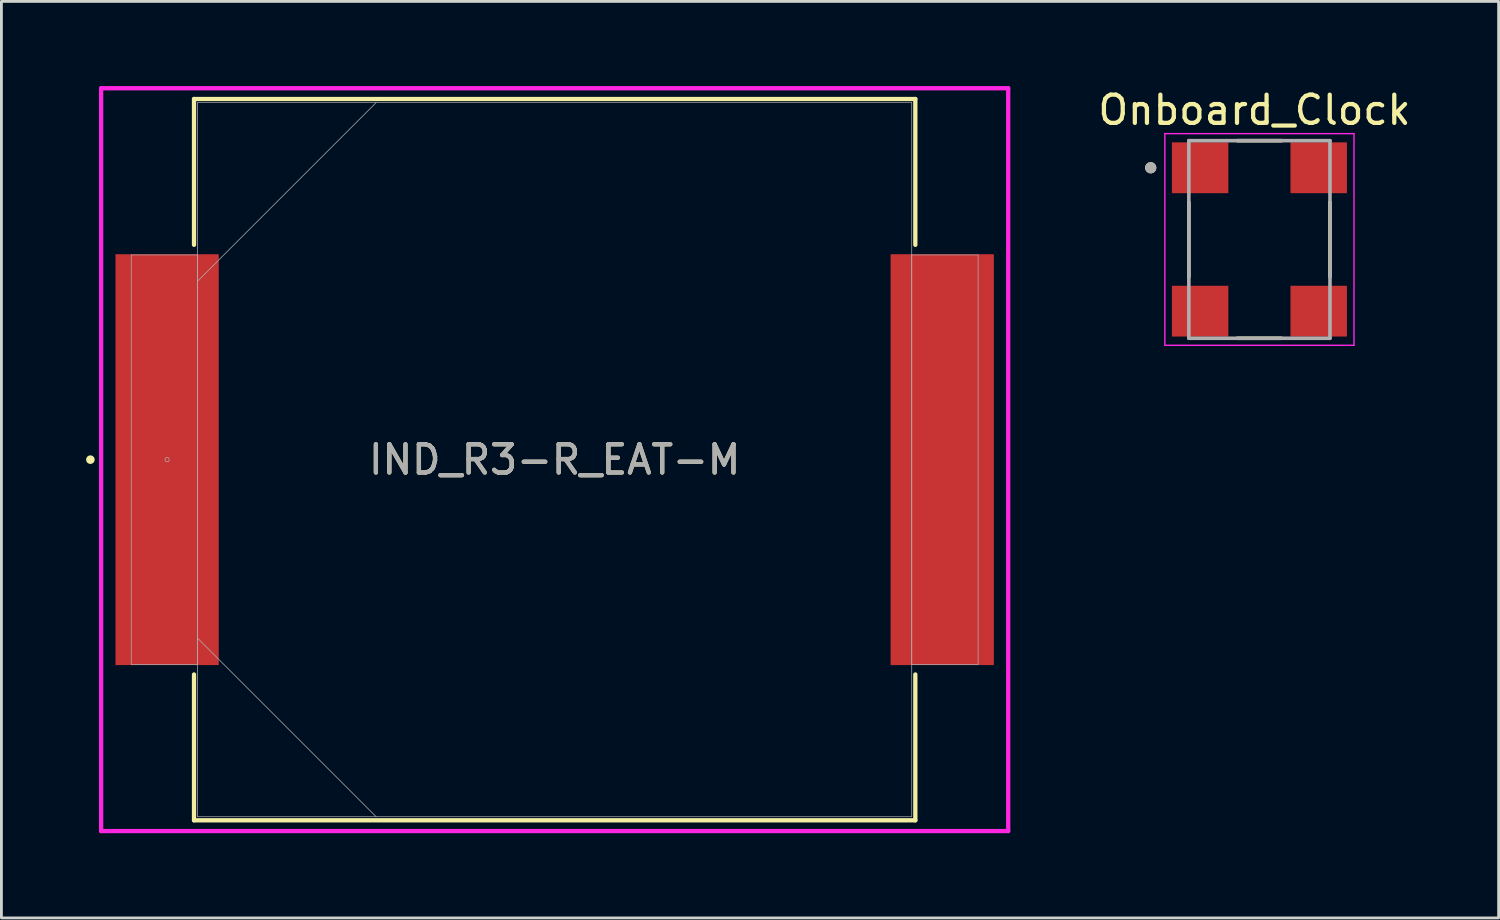
<source format=kicad_pcb>
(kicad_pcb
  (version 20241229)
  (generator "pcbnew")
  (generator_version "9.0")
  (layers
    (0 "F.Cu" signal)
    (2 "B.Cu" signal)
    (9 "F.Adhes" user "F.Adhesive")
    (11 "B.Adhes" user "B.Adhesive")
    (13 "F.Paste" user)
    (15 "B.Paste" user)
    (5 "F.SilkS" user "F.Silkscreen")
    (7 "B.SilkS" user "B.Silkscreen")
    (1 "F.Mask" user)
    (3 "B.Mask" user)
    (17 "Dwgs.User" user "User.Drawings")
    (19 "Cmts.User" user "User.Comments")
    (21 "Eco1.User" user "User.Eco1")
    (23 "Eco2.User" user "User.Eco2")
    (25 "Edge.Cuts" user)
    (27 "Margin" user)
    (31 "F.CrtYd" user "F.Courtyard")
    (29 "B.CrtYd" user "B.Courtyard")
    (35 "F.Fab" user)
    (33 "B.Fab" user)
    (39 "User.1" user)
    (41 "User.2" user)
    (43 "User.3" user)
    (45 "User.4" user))
  (footprint "Onboard_Clock"
    (layer "F.Cu")
    (at 41.564 5.433)
    (property "Reference" "Onboard_Clock" (at -0.175 -4.585 0) (layer "F.SilkS") (effects (font (size 1 1) (thickness 0.15))))
    (attr smd)
    (fp_line (start -2.5 -1.32) (end -2.5 1.32) (stroke (width 0.127) (type solid)) (layer "F.SilkS"))
    (fp_line (start -0.78 -3.5) (end 0.78 -3.5) (stroke (width 0.127) (type solid)) (layer "F.SilkS"))
    (fp_line (start -0.78 3.5) (end 0.78 3.5) (stroke (width 0.127) (type solid)) (layer "F.SilkS"))
    (fp_line (start 2.5 -1.32) (end 2.5 1.32) (stroke (width 0.127) (type solid)) (layer "F.SilkS"))
    (fp_circle (center -3.85 -2.54) (end -3.75 -2.54) (stroke (width 0.2) (type solid)) (fill no) (layer "F.SilkS"))
    (fp_line (start -3.35 -3.75) (end -3.35 3.75) (stroke (width 0.05) (type solid)) (layer "F.CrtYd"))
    (fp_line (start -3.35 -3.75) (end 3.35 -3.75) (stroke (width 0.05) (type solid)) (layer "F.CrtYd"))
    (fp_line (start 3.35 -3.75) (end 3.35 3.75) (stroke (width 0.05) (type solid)) (layer "F.CrtYd"))
    (fp_line (start 3.35 3.75) (end -3.35 3.75) (stroke (width 0.05) (type solid)) (layer "F.CrtYd"))
    (fp_line (start -2.5 -3.5) (end -2.5 3.5) (stroke (width 0.127) (type solid)) (layer "F.Fab"))
    (fp_line (start -2.5 -3.5) (end 2.5 -3.5) (stroke (width 0.127) (type solid)) (layer "F.Fab"))
    (fp_line (start 2.5 -3.5) (end 2.5 3.5) (stroke (width 0.127) (type solid)) (layer "F.Fab"))
    (fp_line (start 2.5 3.5) (end -2.5 3.5) (stroke (width 0.127) (type solid)) (layer "F.Fab"))
    (fp_circle (center -3.85 -2.54) (end -3.75 -2.54) (stroke (width 0.2) (type solid)) (fill no) (layer "F.Fab"))
    (pad "1" smd rect (at -2.1 -2.54) (size 2 1.8) (layers "F.Cu" "F.Mask" "F.Paste"))
    (pad "2" smd rect (at -2.1 2.54) (size 2 1.8) (layers "F.Cu" "F.Mask" "F.Paste"))
    (pad "3" smd rect (at 2.1 2.54) (size 2 1.8) (layers "F.Cu" "F.Mask" "F.Paste"))
    (pad "4" smd rect (at 2.1 -2.54) (size 2 1.8) (layers "F.Cu" "F.Mask" "F.Paste")))
  (footprint "IND_R3-R_EAT-M"
    (layer "F.Cu")
    (at 16.599 13.233)
    (property "Reference" "IND_R3-R_EAT-M" (at 0 0 0) (unlocked yes) (layer "F.SilkS") (effects (font (size 1 1) (thickness 0.15))))
    (attr smd)
    (fp_line (start -12.776 -12.776) (end -12.776 -7.61) (stroke (width 0.152) (type solid)) (layer "F.SilkS"))
    (fp_line (start -12.776 7.61) (end -12.776 12.776) (stroke (width 0.152) (type solid)) (layer "F.SilkS"))
    (fp_line (start -12.776 12.776) (end 12.776 12.776) (stroke (width 0.152) (type solid)) (layer "F.SilkS"))
    (fp_line (start 12.776 -12.776) (end -12.776 -12.776) (stroke (width 0.152) (type solid)) (layer "F.SilkS"))
    (fp_line (start 12.776 -7.61) (end 12.776 -12.776) (stroke (width 0.152) (type solid)) (layer "F.SilkS"))
    (fp_line (start 12.776 12.776) (end 12.776 7.61) (stroke (width 0.152) (type solid)) (layer "F.SilkS"))
    (fp_circle (center -16.447 0) (end -16.37 0) (stroke (width 0.152) (type solid)) (fill no) (layer "F.SilkS"))
    (fp_line (start -16.066 -13.157) (end 16.066 -13.157) (stroke (width 0.152) (type solid)) (layer "F.CrtYd"))
    (fp_line (start -16.066 13.157) (end -16.066 -13.157) (stroke (width 0.152) (type solid)) (layer "F.CrtYd"))
    (fp_line (start 16.066 -13.157) (end 16.066 13.157) (stroke (width 0.152) (type solid)) (layer "F.CrtYd"))
    (fp_line (start 16.066 13.157) (end -16.066 13.157) (stroke (width 0.152) (type solid)) (layer "F.CrtYd"))
    (fp_line (start -14.999 -7.252) (end -14.999 7.252) (stroke (width 0.025) (type solid)) (layer "F.Fab"))
    (fp_line (start -14.999 7.252) (end -12.649 7.252) (stroke (width 0.025) (type solid)) (layer "F.Fab"))
    (fp_line (start -12.649 -12.649) (end -12.649 12.649) (stroke (width 0.025) (type solid)) (layer "F.Fab"))
    (fp_line (start -12.649 -7.252) (end -14.999 -7.252) (stroke (width 0.025) (type solid)) (layer "F.Fab"))
    (fp_line (start -12.649 -6.325) (end -6.325 -12.649) (stroke (width 0.025) (type solid)) (layer "F.Fab"))
    (fp_line (start -12.649 6.325) (end -6.325 12.649) (stroke (width 0.025) (type solid)) (layer "F.Fab"))
    (fp_line (start -12.649 7.252) (end -12.649 -7.252) (stroke (width 0.025) (type solid)) (layer "F.Fab"))
    (fp_line (start -12.649 12.649) (end 12.649 12.649) (stroke (width 0.025) (type solid)) (layer "F.Fab"))
    (fp_line (start 12.649 -12.649) (end -12.649 -12.649) (stroke (width 0.025) (type solid)) (layer "F.Fab"))
    (fp_line (start 12.649 -7.252) (end 12.649 7.252) (stroke (width 0.025) (type solid)) (layer "F.Fab"))
    (fp_line (start 12.649 7.252) (end 14.999 7.252) (stroke (width 0.025) (type solid)) (layer "F.Fab"))
    (fp_line (start 12.649 12.649) (end 12.649 -12.649) (stroke (width 0.025) (type solid)) (layer "F.Fab"))
    (fp_line (start 14.999 -7.252) (end 12.649 -7.252) (stroke (width 0.025) (type solid)) (layer "F.Fab"))
    (fp_line (start 14.999 7.252) (end 14.999 -7.252) (stroke (width 0.025) (type solid)) (layer "F.Fab"))
    (fp_circle (center -13.729 0) (end -13.652 0) (stroke (width 0.025) (type solid)) (fill no) (layer "F.Fab"))
    (fp_text user "${REFERENCE}" (at 0 0 0) (unlocked yes) (layer "F.Fab") (effects (font (size 1 1) (thickness 0.15))))
    (pad "1" smd rect (at -13.729 0) (size 3.658 14.554) (layers "F.Cu" "F.Mask" "F.Paste"))
    (pad "2" smd rect (at 13.729 0) (size 3.658 14.554) (layers "F.Cu" "F.Mask" "F.Paste"))
    (zone (net_name "") (layer "F.Cu") (hatch full 0.508) (connect_pads) (min_thickness 0.254) (filled_areas_thickness no) (keepout (tracks not_allowed) (vias not_allowed) (pads allowed) (copperpour not_allowed) (footprints allowed)) (placement (enabled no)) (fill) (polygon (pts (xy 4.75 0.635) (xy 28.448 0.635) (xy 28.448 25.832) (xy 4.75 25.832)))))
  (gr_rect
    (start -3 -3)
    (end 50.038 29.467)
    (stroke (width 0.1) (type default))
    (fill no)
    (layer "Edge.Cuts")))
</source>
